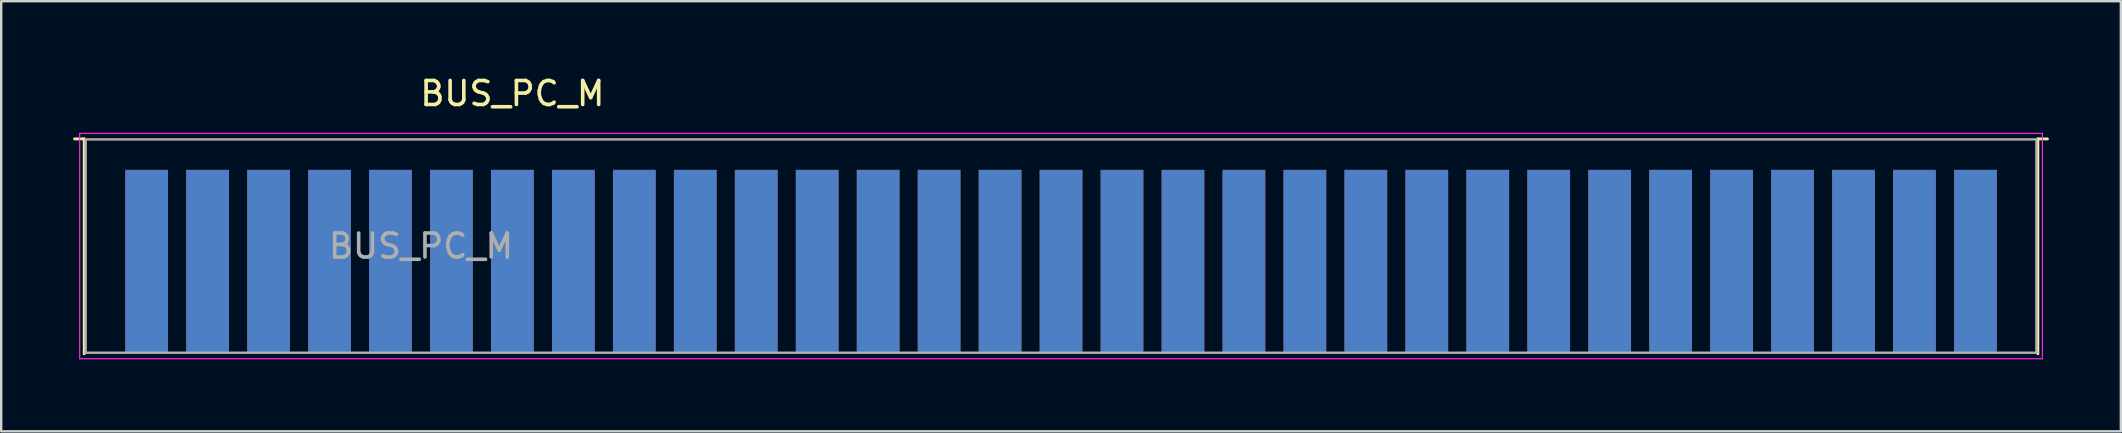
<source format=kicad_pcb>
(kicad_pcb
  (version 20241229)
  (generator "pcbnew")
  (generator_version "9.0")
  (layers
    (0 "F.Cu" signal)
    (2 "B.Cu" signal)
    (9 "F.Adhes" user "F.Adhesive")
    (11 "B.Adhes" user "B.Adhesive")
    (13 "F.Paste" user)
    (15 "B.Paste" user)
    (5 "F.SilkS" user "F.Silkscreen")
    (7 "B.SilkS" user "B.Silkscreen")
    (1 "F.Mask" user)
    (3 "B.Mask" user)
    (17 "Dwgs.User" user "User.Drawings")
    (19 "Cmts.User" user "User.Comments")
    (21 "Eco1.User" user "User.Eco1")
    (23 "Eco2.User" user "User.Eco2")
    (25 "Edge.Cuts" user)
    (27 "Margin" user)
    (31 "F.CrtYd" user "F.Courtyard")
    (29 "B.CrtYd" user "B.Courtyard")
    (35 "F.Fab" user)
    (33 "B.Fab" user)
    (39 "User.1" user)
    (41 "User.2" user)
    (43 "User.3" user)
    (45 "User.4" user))
  (footprint "BUS_PC_M"
    (layer "F.Cu")
    (at 79.26 7.838)
    (property "Reference" "BUS_PC_M" (at -60.96 -6.99 0) (layer "F.SilkS") (effects (font (size 1 1) (thickness 0.15))))
    (attr exclude_from_pos_files exclude_from_bom)
    (fp_line (start -79.2 -5.1) (end -78.8 -5.1) (stroke (width 0.12) (type solid)) (layer "F.SilkS"))
    (fp_line (start -78.8 3.85) (end -78.8 -5.1) (stroke (width 0.12) (type solid)) (layer "F.SilkS"))
    (fp_line (start 2.6 -5.1) (end 3 -5.1) (stroke (width 0.12) (type solid)) (layer "F.SilkS"))
    (fp_line (start 2.6 3.85) (end 2.6 -5.1) (stroke (width 0.12) (type solid)) (layer "F.SilkS"))
    (fp_line (start -78.99 -5.33) (end -78.99 4.06) (stroke (width 0.05) (type solid)) (layer "F.CrtYd"))
    (fp_line (start -78.99 -5.33) (end 2.79 -5.33) (stroke (width 0.05) (type solid)) (layer "F.CrtYd"))
    (fp_line (start 2.79 4.06) (end -78.99 4.06) (stroke (width 0.05) (type solid)) (layer "F.CrtYd"))
    (fp_line (start 2.79 4.06) (end 2.79 -5.33) (stroke (width 0.05) (type solid)) (layer "F.CrtYd"))
    (fp_line (start -78.74 -5.08) (end -78.74 3.81) (stroke (width 0.1) (type solid)) (layer "F.Fab"))
    (fp_line (start -78.74 -5.08) (end 2.54 -5.08) (stroke (width 0.1) (type solid)) (layer "F.Fab"))
    (fp_line (start 2.54 -5.08) (end 2.54 3.81) (stroke (width 0.1) (type solid)) (layer "F.Fab"))
    (fp_line (start 2.54 3.81) (end -78.74 3.81) (stroke (width 0.1) (type solid)) (layer "F.Fab"))
    (fp_text user "${REFERENCE}" (at -64.77 -0.635 0) (layer "F.Fab") (effects (font (size 1 1) (thickness 0.15))))
    (pad "1" connect rect (at 0 0) (size 1.78 7.62) (layers "B.Cu" "B.Mask"))
    (pad "2" connect rect (at -2.54 0) (size 1.78 7.62) (layers "B.Cu" "B.Mask"))
    (pad "3" connect rect (at -5.08 0) (size 1.78 7.62) (layers "B.Cu" "B.Mask"))
    (pad "4" connect rect (at -7.62 0) (size 1.78 7.62) (layers "B.Cu" "B.Mask"))
    (pad "5" connect rect (at -10.16 0) (size 1.78 7.62) (layers "B.Cu" "B.Mask"))
    (pad "6" connect rect (at -12.7 0) (size 1.78 7.62) (layers "B.Cu" "B.Mask"))
    (pad "7" connect rect (at -15.24 0) (size 1.78 7.62) (layers "B.Cu" "B.Mask"))
    (pad "8" connect rect (at -17.78 0) (size 1.78 7.62) (layers "B.Cu" "B.Mask"))
    (pad "9" connect rect (at -20.32 0) (size 1.78 7.62) (layers "B.Cu" "B.Mask"))
    (pad "10" connect rect (at -22.86 0) (size 1.78 7.62) (layers "B.Cu" "B.Mask"))
    (pad "11" connect rect (at -25.4 0) (size 1.78 7.62) (layers "B.Cu" "B.Mask"))
    (pad "12" connect rect (at -27.94 0) (size 1.78 7.62) (layers "B.Cu" "B.Mask"))
    (pad "13" connect rect (at -30.48 0) (size 1.78 7.62) (layers "B.Cu" "B.Mask"))
    (pad "14" connect rect (at -33.02 0) (size 1.78 7.62) (layers "B.Cu" "B.Mask"))
    (pad "15" connect rect (at -35.56 0) (size 1.78 7.62) (layers "B.Cu" "B.Mask"))
    (pad "16" connect rect (at -38.1 0) (size 1.78 7.62) (layers "B.Cu" "B.Mask"))
    (pad "17" connect rect (at -40.64 0) (size 1.78 7.62) (layers "B.Cu" "B.Mask"))
    (pad "18" connect rect (at -43.18 0) (size 1.78 7.62) (layers "B.Cu" "B.Mask"))
    (pad "19" connect rect (at -45.72 0) (size 1.78 7.62) (layers "B.Cu" "B.Mask"))
    (pad "20" connect rect (at -48.26 0) (size 1.78 7.62) (layers "B.Cu" "B.Mask"))
    (pad "21" connect rect (at -50.8 0) (size 1.78 7.62) (layers "B.Cu" "B.Mask"))
    (pad "22" connect rect (at -53.34 0) (size 1.78 7.62) (layers "B.Cu" "B.Mask"))
    (pad "23" connect rect (at -55.88 0) (size 1.78 7.62) (layers "B.Cu" "B.Mask"))
    (pad "24" connect rect (at -58.42 0) (size 1.78 7.62) (layers "B.Cu" "B.Mask"))
    (pad "25" connect rect (at -60.96 0) (size 1.78 7.62) (layers "B.Cu" "B.Mask"))
    (pad "26" connect rect (at -63.5 0) (size 1.78 7.62) (layers "B.Cu" "B.Mask"))
    (pad "27" connect rect (at -66.04 0) (size 1.78 7.62) (layers "B.Cu" "B.Mask"))
    (pad "28" connect rect (at -68.58 0) (size 1.78 7.62) (layers "B.Cu" "B.Mask"))
    (pad "29" connect rect (at -71.12 0) (size 1.78 7.62) (layers "B.Cu" "B.Mask"))
    (pad "30" connect rect (at -73.66 0) (size 1.78 7.62) (layers "B.Cu" "B.Mask"))
    (pad "31" connect rect (at -76.2 0) (size 1.78 7.62) (layers "B.Cu" "B.Mask"))
    (pad "32" connect rect (at 0 0) (size 1.78 7.62) (layers "F.Cu" "F.Mask"))
    (pad "33" connect rect (at -2.54 0) (size 1.78 7.62) (layers "F.Cu" "F.Mask"))
    (pad "34" connect rect (at -5.08 0) (size 1.78 7.62) (layers "F.Cu" "F.Mask"))
    (pad "35" connect rect (at -7.62 0) (size 1.78 7.62) (layers "F.Cu" "F.Mask"))
    (pad "36" connect rect (at -10.16 0) (size 1.78 7.62) (layers "F.Cu" "F.Mask"))
    (pad "37" connect rect (at -12.7 0) (size 1.78 7.62) (layers "F.Cu" "F.Mask"))
    (pad "38" connect rect (at -15.24 0) (size 1.78 7.62) (layers "F.Cu" "F.Mask"))
    (pad "39" connect rect (at -17.78 0) (size 1.78 7.62) (layers "F.Cu" "F.Mask"))
    (pad "40" connect rect (at -20.32 0) (size 1.78 7.62) (layers "F.Cu" "F.Mask"))
    (pad "41" connect rect (at -22.86 0) (size 1.78 7.62) (layers "F.Cu" "F.Mask"))
    (pad "42" connect rect (at -25.4 0) (size 1.78 7.62) (layers "F.Cu" "F.Mask"))
    (pad "43" connect rect (at -27.94 0) (size 1.78 7.62) (layers "F.Cu" "F.Mask"))
    (pad "44" connect rect (at -30.48 0) (size 1.78 7.62) (layers "F.Cu" "F.Mask"))
    (pad "45" connect rect (at -33.02 0) (size 1.78 7.62) (layers "F.Cu" "F.Mask"))
    (pad "46" connect rect (at -35.56 0) (size 1.78 7.62) (layers "F.Cu" "F.Mask"))
    (pad "47" connect rect (at -38.1 0) (size 1.78 7.62) (layers "F.Cu" "F.Mask"))
    (pad "48" connect rect (at -40.64 0) (size 1.78 7.62) (layers "F.Cu" "F.Mask"))
    (pad "49" connect rect (at -43.18 0) (size 1.78 7.62) (layers "F.Cu" "F.Mask"))
    (pad "50" connect rect (at -45.72 0) (size 1.78 7.62) (layers "F.Cu" "F.Mask"))
    (pad "51" connect rect (at -48.26 0) (size 1.78 7.62) (layers "F.Cu" "F.Mask"))
    (pad "52" connect rect (at -50.8 0) (size 1.78 7.62) (layers "F.Cu" "F.Mask"))
    (pad "53" connect rect (at -53.34 0) (size 1.78 7.62) (layers "F.Cu" "F.Mask"))
    (pad "54" connect rect (at -55.88 0) (size 1.78 7.62) (layers "F.Cu" "F.Mask"))
    (pad "55" connect rect (at -58.42 0) (size 1.78 7.62) (layers "F.Cu" "F.Mask"))
    (pad "56" connect rect (at -60.96 0) (size 1.78 7.62) (layers "F.Cu" "F.Mask"))
    (pad "57" connect rect (at -63.5 0) (size 1.78 7.62) (layers "F.Cu" "F.Mask"))
    (pad "58" connect rect (at -66.04 0) (size 1.78 7.62) (layers "F.Cu" "F.Mask"))
    (pad "59" connect rect (at -68.58 0) (size 1.78 7.62) (layers "F.Cu" "F.Mask"))
    (pad "60" connect rect (at -71.12 0) (size 1.78 7.62) (layers "F.Cu" "F.Mask"))
    (pad "61" connect rect (at -73.66 0) (size 1.78 7.62) (layers "F.Cu" "F.Mask"))
    (pad "62" connect rect (at -76.2 0) (size 1.78 7.62) (layers "F.Cu" "F.Mask")))
  (gr_rect
    (start -3 -3)
    (end 85.32 14.923)
    (stroke (width 0.1) (type default))
    (fill no)
    (layer "Edge.Cuts")))
</source>
